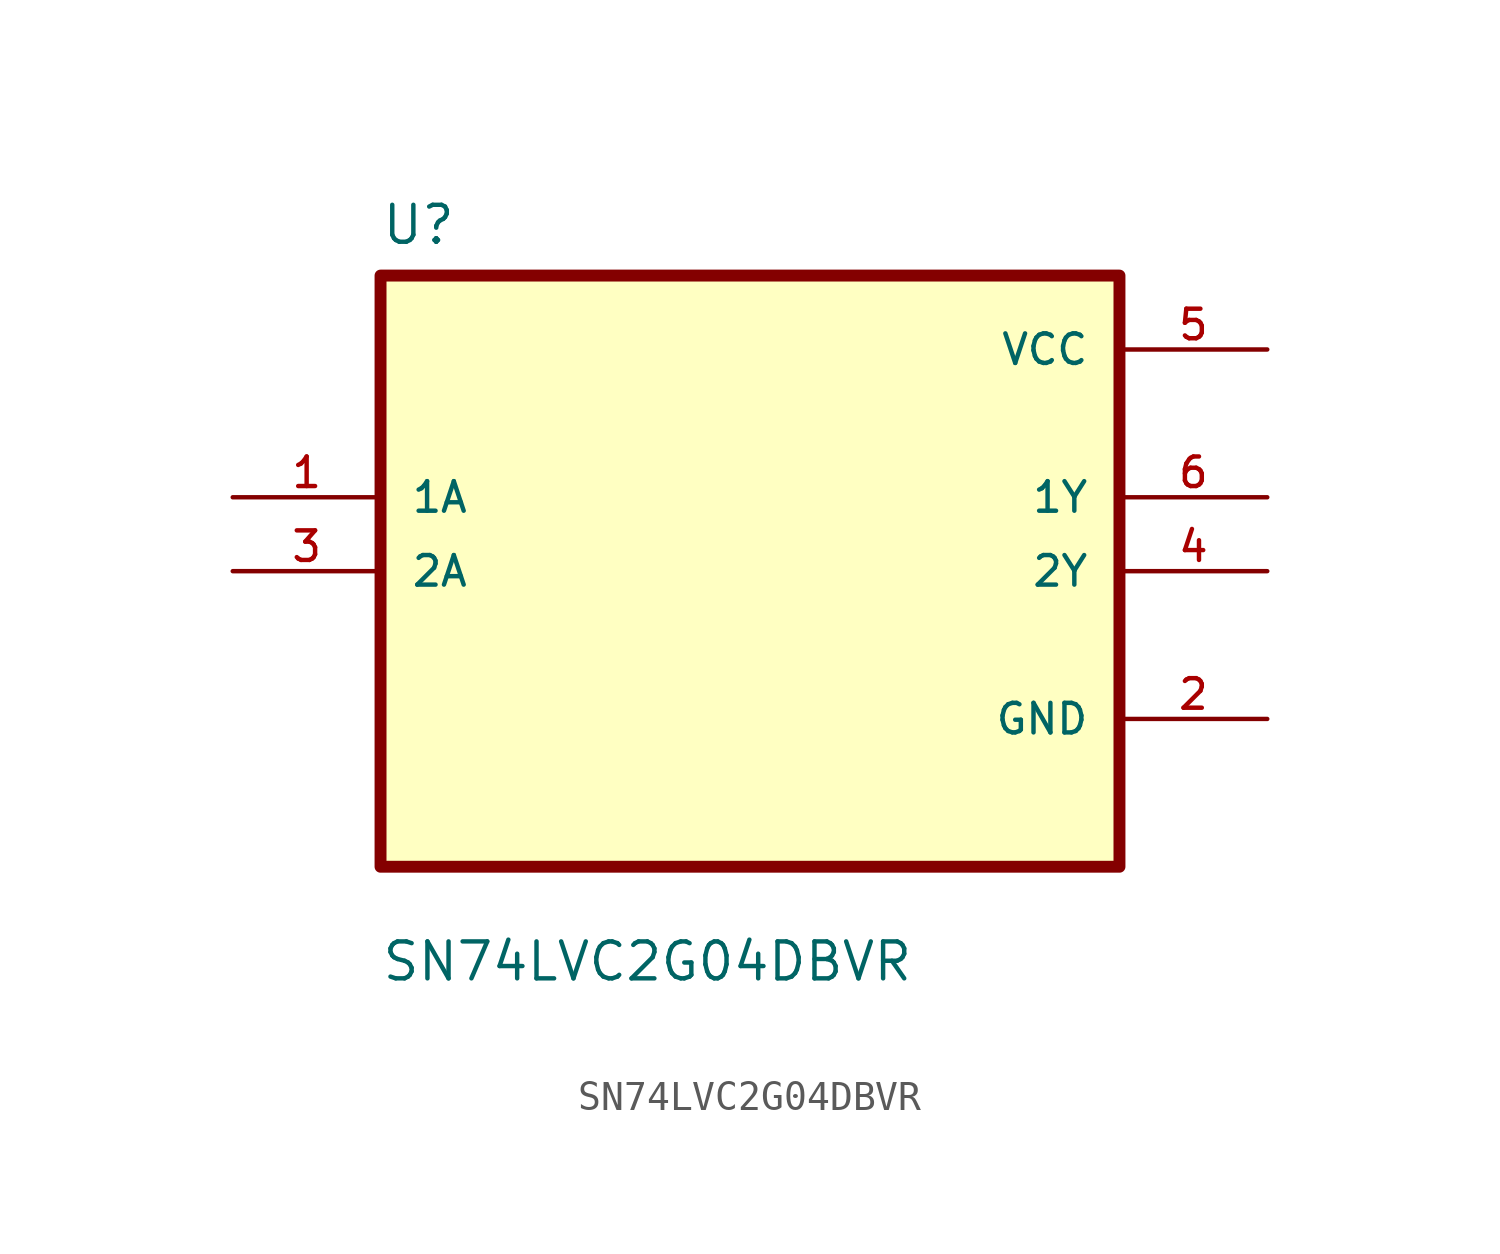
<source format=kicad_sym>
(kicad_symbol_lib
  (version 20211014)
  (generator kicad_symbol_editor)
  (symbol "SN74LVC2G04DBVR"
    (pin_names
      (offset 1.016))
    (property "Reference" "U"
      (at -12.7 11.16 0.0)
      (effects (font (size 1.27 1.27)) (justify bottom left)))
    (property "Value" "SN74LVC2G04DBVR"
      (at -12.7 -14.16 0.0)
      (effects (font (size 1.27 1.27)) (justify bottom left)))
    (symbol "SN74LVC2G04DBVR_0_0"
      (rectangle (start -12.7 -10.16) (end 12.7 10.16) (stroke (width 0.41)) (fill (type background)))
      (pin input line (at -17.78 2.54 0) (length 5.08) (name "1A" (effects (font (size 1.016 1.016)))) (number "1" (effects (font (size 1.016 1.016)))))
      (pin input line (at -17.78 0.0 0) (length 5.08) (name "2A" (effects (font (size 1.016 1.016)))) (number "3" (effects (font (size 1.016 1.016)))))
      (pin power_in line (at 17.78 7.62 180.0) (length 5.08) (name "VCC" (effects (font (size 1.016 1.016)))) (number "5" (effects (font (size 1.016 1.016)))))
      (pin output line (at 17.78 2.54 180.0) (length 5.08) (name "1Y" (effects (font (size 1.016 1.016)))) (number "6" (effects (font (size 1.016 1.016)))))
      (pin output line (at 17.78 0.0 180.0) (length 5.08) (name "2Y" (effects (font (size 1.016 1.016)))) (number "4" (effects (font (size 1.016 1.016)))))
      (pin power_in line (at 17.78 -5.08 180.0) (length 5.08) (name "GND" (effects (font (size 1.016 1.016)))) (number "2" (effects (font (size 1.016 1.016))))))))
</source>
